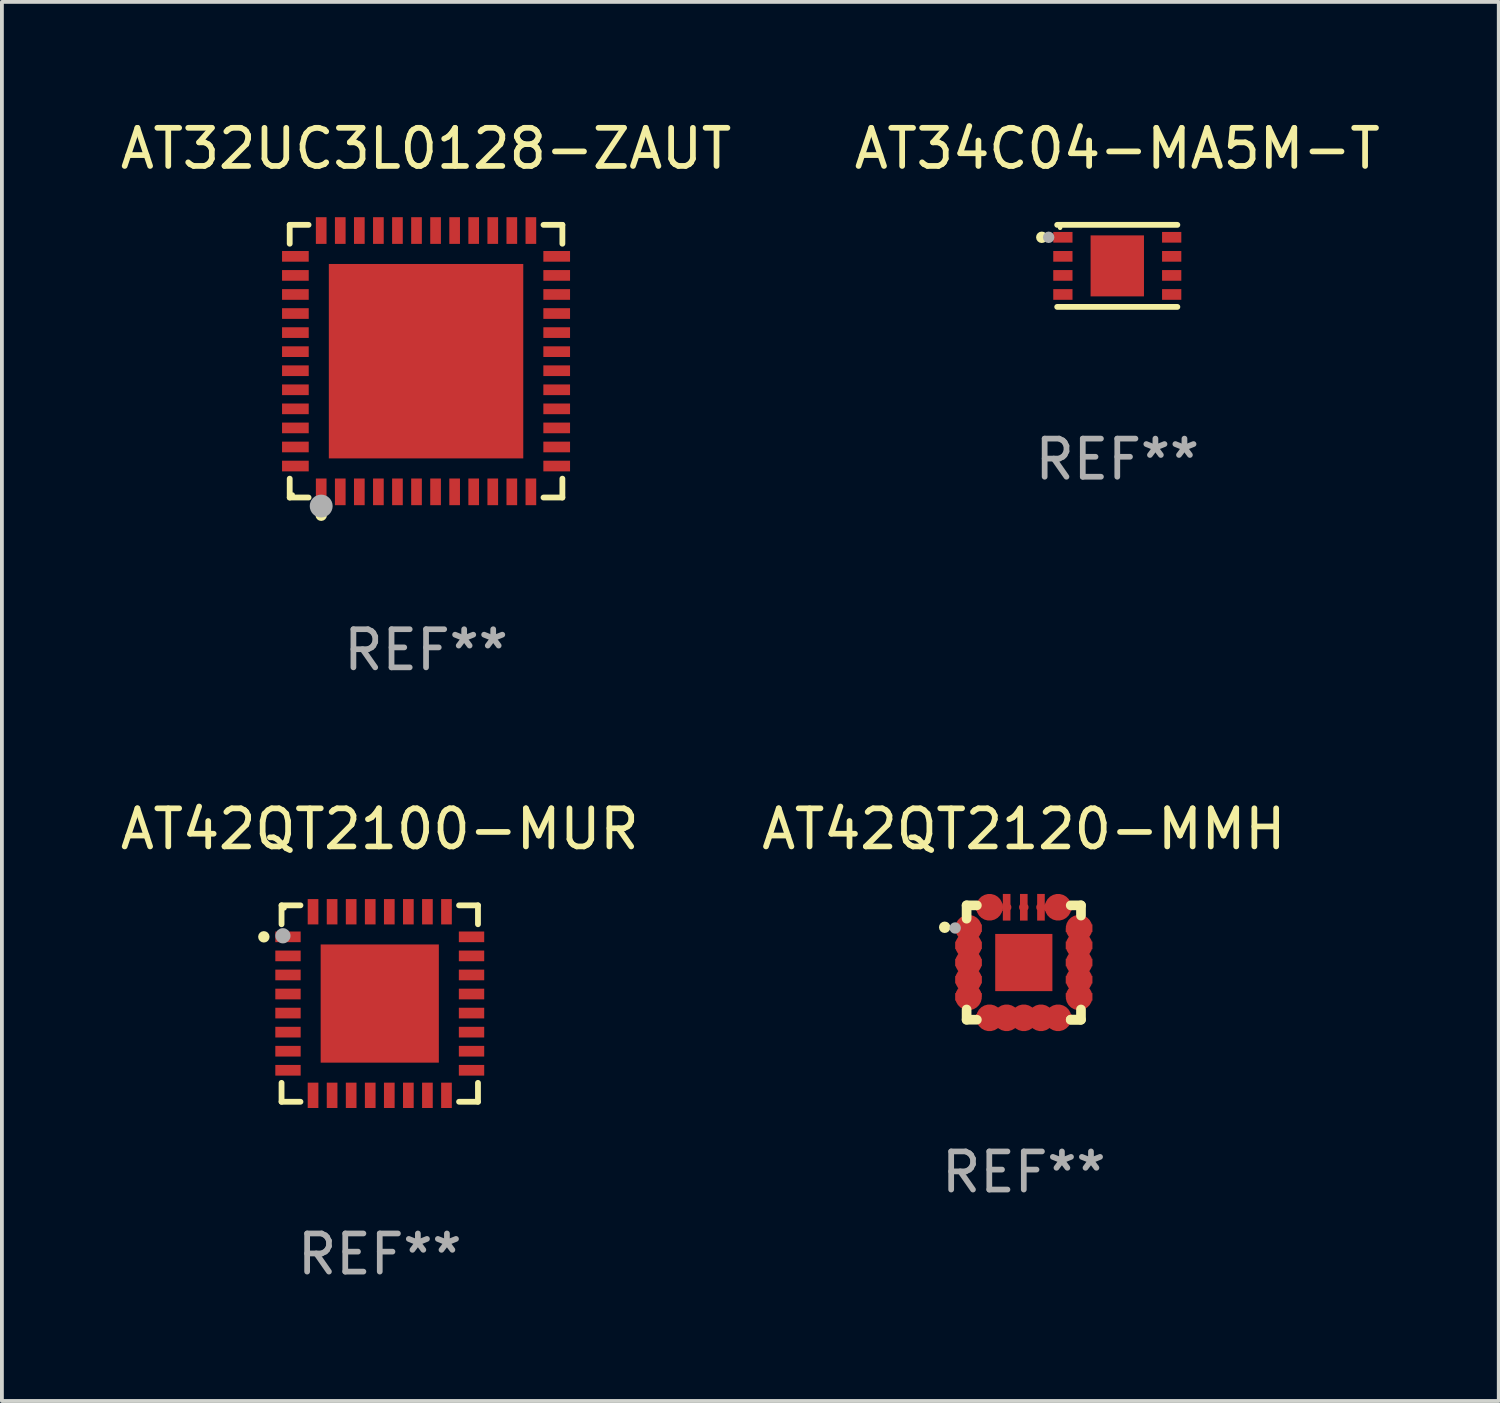
<source format=kicad_pcb>
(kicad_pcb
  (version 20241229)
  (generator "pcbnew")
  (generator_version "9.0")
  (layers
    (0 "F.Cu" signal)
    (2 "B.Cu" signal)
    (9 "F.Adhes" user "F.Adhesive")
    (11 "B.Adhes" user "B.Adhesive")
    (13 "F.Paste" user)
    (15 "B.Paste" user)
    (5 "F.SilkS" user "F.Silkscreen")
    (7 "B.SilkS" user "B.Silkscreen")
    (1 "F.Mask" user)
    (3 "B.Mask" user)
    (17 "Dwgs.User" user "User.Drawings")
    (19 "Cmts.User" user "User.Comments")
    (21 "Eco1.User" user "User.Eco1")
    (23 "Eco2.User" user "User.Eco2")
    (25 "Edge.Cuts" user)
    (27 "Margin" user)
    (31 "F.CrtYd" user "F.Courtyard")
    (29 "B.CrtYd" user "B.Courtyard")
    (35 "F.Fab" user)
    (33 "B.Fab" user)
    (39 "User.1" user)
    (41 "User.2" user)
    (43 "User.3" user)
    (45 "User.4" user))
  (footprint "AT42QT2120-MMH"
    (layer "F.Cu")
    (at 23.804 22.197)
    (property "Reference" "AT42QT2120-MMH" (at 0 -3.5 0) (layer "F.SilkS") (effects (font (size 1 1) (thickness 0.15))))
    (attr through_hole)
    (fp_line (start -1.5 -1.5) (end -1.5 -1.15) (stroke (width 0.254) (type solid)) (layer "F.SilkS"))
    (fp_line (start -1.5 -1.5) (end -1.231 -1.5) (stroke (width 0.254) (type solid)) (layer "F.SilkS"))
    (fp_line (start -1.5 1.5) (end -1.5 1.231) (stroke (width 0.254) (type solid)) (layer "F.SilkS"))
    (fp_line (start -1.5 1.5) (end -1.231 1.5) (stroke (width 0.254) (type solid)) (layer "F.SilkS"))
    (fp_line (start 1.231 1.5) (end 1.475 1.5) (stroke (width 0.254) (type solid)) (layer "F.SilkS"))
    (fp_line (start 1.231 -1.5) (end 1.5 -1.5) (stroke (width 0.254) (type solid)) (layer "F.SilkS"))
    (fp_line (start 1.5 -1.5) (end 1.5 -1.231) (stroke (width 0.254) (type solid)) (layer "F.SilkS"))
    (fp_line (start 1.5 1.5) (end 1.231 1.5) (stroke (width 0.254) (type solid)) (layer "F.SilkS"))
    (fp_line (start 1.5 1.5) (end 1.5 1.231) (stroke (width 0.254) (type solid)) (layer "F.SilkS"))
    (fp_circle (center -2.075 -0.925) (end -2 -0.925) (stroke (width 0.15) (type solid)) (fill no) (layer "F.SilkS"))
    (fp_circle (center -1.5 -1.506) (end -1.47 -1.506) (stroke (width 0.06) (type solid)) (fill no) (layer "F.SilkS"))
    (fp_circle (center -1.8 -0.906) (end -1.725 -0.906) (stroke (width 0.15) (type solid)) (fill no) (layer "F.Fab"))
    (fp_text user "REF**" (at 0 5.5 0) (layer "F.Fab") (effects (font (size 1 1) (thickness 0.15))))
    (pad "1" smd custom (at -1.45 -0.9 180) (size 0.7 0.2) (layers "F.Cu" "F.Mask" "F.Paste") (options (anchor circle)) (primitives (gr_poly (pts (xy 0.35 0.1) (xy -0.35 0.1) (xy -0.35 -0.1) (xy 0.2 -0.1) (xy 0.25 -0.1) (xy 0.35 0)) (width 0) (fill yes))))
    (pad "2" smd custom (at -1.45 -0.45) (size 0.7 0.25) (layers "F.Cu" "F.Mask" "F.Paste") (options (anchor circle)) (primitives (gr_poly (pts (xy 0.25 0.1) (xy 0.35 0.1) (xy 0.35 -0.1) (xy -0.35 -0.1) (xy -0.35 0.1)) (width 0) (fill yes))))
    (pad "3" smd custom (at -1.45 0.000064) (size 0.7 0.25) (layers "F.Cu" "F.Mask" "F.Paste") (options (anchor circle)) (primitives (gr_poly (pts (xy 0.25 0.1) (xy 0.35 0.1) (xy 0.35 -0.1) (xy -0.35 -0.1) (xy -0.35 0.1)) (width 0) (fill yes))))
    (pad "4" smd custom (at -1.45 0.45) (size 0.7 0.25) (layers "F.Cu" "F.Mask" "F.Paste") (options (anchor circle)) (primitives (gr_poly (pts (xy 0.25 0.1) (xy 0.35 0.1) (xy 0.35 -0.1) (xy -0.35 -0.1) (xy -0.35 0.1)) (width 0) (fill yes))))
    (pad "5" smd custom (at -1.45 0.9) (size 0.7 0.2) (layers "F.Cu" "F.Mask" "F.Paste") (options (anchor circle)) (primitives (gr_poly (pts (xy 0.35 -0.1) (xy -0.35 -0.1) (xy -0.35 0.1) (xy 0.2 0.1) (xy 0.25 0.1) (xy 0.35 0)) (width 0) (fill yes))))
    (pad "6" smd custom (at -0.9 1.45 270) (size 0.7 0.2) (layers "F.Cu" "F.Mask" "F.Paste") (options (anchor circle)) (primitives (gr_poly (pts (xy 0.1 -0.35) (xy 0.1 0.35) (xy -0.1 0.35) (xy -0.1 -0.2) (xy -0.1 -0.25) (xy -0.000127 -0.35)) (width 0) (fill yes))))
    (pad "7" smd custom (at -0.45 1.45 270) (size 0.7 0.25) (layers "F.Cu" "F.Mask" "F.Paste") (options (anchor circle)) (primitives (gr_poly (pts (xy -0.1 0.25) (xy -0.1 0.35) (xy 0.1 0.35) (xy 0.1 -0.35) (xy -0.1 -0.35)) (width 0) (fill yes))))
    (pad "8" smd custom (at 0 1.45 270) (size 0.7 0.25) (layers "F.Cu" "F.Mask" "F.Paste") (options (anchor circle)) (primitives (gr_poly (pts (xy -0.1 0.25) (xy -0.1 0.35) (xy 0.1 0.35) (xy 0.1 -0.35) (xy -0.1 -0.35)) (width 0) (fill yes))))
    (pad "9" smd custom (at 0.45 1.45 90) (size 0.7 0.25) (layers "F.Cu" "F.Mask" "F.Paste") (options (anchor circle)) (primitives (gr_poly (pts (xy 0.1 0.25) (xy 0.1 0.35) (xy -0.1 0.35) (xy -0.1 -0.35) (xy 0.1 -0.35)) (width 0) (fill yes))))
    (pad "10" smd custom (at 0.9 1.45 270) (size 0.7 0.2) (layers "F.Cu" "F.Mask" "F.Paste") (options (anchor circle)) (primitives (gr_poly (pts (xy -0.1 -0.35) (xy -0.1 0.35) (xy 0.1 0.35) (xy 0.1 -0.2) (xy 0.1 -0.25) (xy 0.000127 -0.35)) (width 0) (fill yes))))
    (pad "11" smd custom (at 1.45 0.9) (size 0.7 0.2) (layers "F.Cu" "F.Mask" "F.Paste") (options (anchor circle)) (primitives (gr_poly (pts (xy -0.35 -0.1) (xy 0.35 -0.1) (xy 0.35 0.1) (xy -0.2 0.1) (xy -0.25 0.1) (xy -0.35 0)) (width 0) (fill yes))))
    (pad "12" smd custom (at 1.45 0.45) (size 0.7 0.25) (layers "F.Cu" "F.Mask" "F.Paste") (options (anchor circle)) (primitives (gr_poly (pts (xy -0.25 0.1) (xy -0.35 0.1) (xy -0.35 -0.1) (xy 0.35 -0.1) (xy 0.35 0.1)) (width 0) (fill yes))))
    (pad "13" smd custom (at 1.45 0.000013) (size 0.7 0.25) (layers "F.Cu" "F.Mask" "F.Paste") (options (anchor circle)) (primitives (gr_poly (pts (xy -0.25 0.1) (xy -0.35 0.1) (xy -0.35 -0.1) (xy 0.35 -0.1) (xy 0.35 0.1)) (width 0) (fill yes))))
    (pad "14" smd custom (at 1.45 -0.45) (size 0.7 0.25) (layers "F.Cu" "F.Mask" "F.Paste") (options (anchor circle)) (primitives (gr_poly (pts (xy -0.25 0.1) (xy -0.35 0.1) (xy -0.35 -0.1) (xy 0.35 -0.1) (xy 0.35 0.1)) (width 0) (fill yes))))
    (pad "15" smd custom (at 1.45 -0.9) (size 0.7 0.2) (layers "F.Cu" "F.Mask" "F.Paste") (options (anchor circle)) (primitives (gr_poly (pts (xy -0.35 0.1) (xy 0.35 0.1) (xy 0.35 -0.1) (xy -0.2 -0.1) (xy -0.25 -0.1) (xy -0.35 0)) (width 0) (fill yes))))
    (pad "16" smd custom (at 0.9 -1.45 90) (size 0.7 0.2) (layers "F.Cu" "F.Mask" "F.Paste") (options (anchor circle)) (primitives (gr_poly (pts (xy -0.1 0.35) (xy -0.1 -0.35) (xy 0.1 -0.35) (xy 0.1 0.2) (xy 0.1 0.25) (xy 0.000076 0.35)) (width 0) (fill yes))))
    (pad "17" smd custom (at 0.45 -1.45) (size 0.25 0.7) (layers "F.Cu" "F.Mask" "F.Paste") (options (anchor circle)) (primitives (gr_poly (pts (xy 0.1 0.25) (xy 0.1 0.35) (xy -0.1 0.35) (xy -0.1 -0.35) (xy 0.1 -0.35)) (width 0) (fill yes))))
    (pad "18" smd custom (at 0 -1.45) (size 0.25 0.7) (layers "F.Cu" "F.Mask" "F.Paste") (options (anchor circle)) (primitives (gr_poly (pts (xy 0.1 0.25) (xy 0.1 0.35) (xy -0.1 0.35) (xy -0.1 -0.35) (xy 0.1 -0.35)) (width 0) (fill yes))))
    (pad "19" smd custom (at -0.45 -1.45 180) (size 0.25 0.7) (layers "F.Cu" "F.Mask" "F.Paste") (options (anchor circle)) (primitives (gr_poly (pts (xy -0.1 0.25) (xy -0.1 0.35) (xy 0.1 0.35) (xy 0.1 -0.35) (xy -0.1 -0.35)) (width 0) (fill yes))))
    (pad "21" smd rect (at 0 0.000013) (size 1.5 1.5) (layers "F.Cu" "F.Mask" "F.Paste"))
    (pad "25" smd custom (at -0.9 -1.45 270) (size 0.7 0.2) (layers "F.Cu" "F.Mask" "F.Paste") (options (anchor circle)) (primitives (gr_poly (pts (xy 0.1 0.35) (xy 0.1 -0.35) (xy -0.1 -0.35) (xy -0.1 0.2) (xy -0.1 0.25) (xy -0.000102 0.35)) (width 0) (fill yes)))))
  (footprint "AT32UC3L0128-ZAUT"
    (layer "F.Cu")
    (at 8.125 6.424)
    (property "Reference" "AT32UC3L0128-ZAUT" (at 0 -5.576 0) (layer "F.SilkS") (effects (font (size 1 1) (thickness 0.15))))
    (attr through_hole)
    (fp_line (start -3.576 -3.576) (end -3.081 -3.576) (stroke (width 0.152) (type solid)) (layer "F.SilkS"))
    (fp_line (start -3.576 -3.081) (end -3.576 -3.576) (stroke (width 0.152) (type solid)) (layer "F.SilkS"))
    (fp_line (start -3.576 3.081) (end -3.576 3.576) (stroke (width 0.152) (type solid)) (layer "F.SilkS"))
    (fp_line (start -3.576 3.576) (end -3.081 3.576) (stroke (width 0.152) (type solid)) (layer "F.SilkS"))
    (fp_line (start 3.576 -3.576) (end 3.081 -3.576) (stroke (width 0.152) (type solid)) (layer "F.SilkS"))
    (fp_line (start 3.576 -3.081) (end 3.576 -3.576) (stroke (width 0.152) (type solid)) (layer "F.SilkS"))
    (fp_line (start 3.576 3.081) (end 3.576 3.576) (stroke (width 0.152) (type solid)) (layer "F.SilkS"))
    (fp_line (start 3.576 3.576) (end 3.081 3.576) (stroke (width 0.152) (type solid)) (layer "F.SilkS"))
    (fp_circle (center -3.5 3.5) (end -3.47 3.5) (stroke (width 0.06) (type solid)) (fill no) (layer "F.SilkS"))
    (fp_circle (center -2.75 4.04) (end -2.675 4.04) (stroke (width 0.15) (type solid)) (fill no) (layer "F.SilkS"))
    (fp_circle (center -2.75 3.8) (end -2.6 3.8) (stroke (width 0.3) (type solid)) (fill no) (layer "F.Fab"))
    (fp_text user "REF**" (at 0 7.576 0) (layer "F.Fab") (effects (font (size 1 1) (thickness 0.15))))
    (pad "1" smd rect (at -2.75 3.427) (size 0.28 0.7) (layers "F.Cu" "F.Mask" "F.Paste"))
    (pad "2" smd rect (at -2.25 3.427) (size 0.28 0.7) (layers "F.Cu" "F.Mask" "F.Paste"))
    (pad "3" smd rect (at -1.75 3.427) (size 0.28 0.7) (layers "F.Cu" "F.Mask" "F.Paste"))
    (pad "4" smd rect (at -1.25 3.427) (size 0.28 0.7) (layers "F.Cu" "F.Mask" "F.Paste"))
    (pad "5" smd rect (at -0.75 3.427) (size 0.28 0.7) (layers "F.Cu" "F.Mask" "F.Paste"))
    (pad "6" smd rect (at -0.25 3.427) (size 0.28 0.7) (layers "F.Cu" "F.Mask" "F.Paste"))
    (pad "7" smd rect (at 0.25 3.427) (size 0.28 0.7) (layers "F.Cu" "F.Mask" "F.Paste"))
    (pad "8" smd rect (at 0.75 3.427) (size 0.28 0.7) (layers "F.Cu" "F.Mask" "F.Paste"))
    (pad "9" smd rect (at 1.25 3.427) (size 0.28 0.7) (layers "F.Cu" "F.Mask" "F.Paste"))
    (pad "10" smd rect (at 1.75 3.427) (size 0.28 0.7) (layers "F.Cu" "F.Mask" "F.Paste"))
    (pad "11" smd rect (at 2.25 3.427) (size 0.28 0.7) (layers "F.Cu" "F.Mask" "F.Paste"))
    (pad "12" smd rect (at 2.75 3.427) (size 0.28 0.7) (layers "F.Cu" "F.Mask" "F.Paste"))
    (pad "13" smd rect (at 3.427 2.75) (size 0.7 0.28) (layers "F.Cu" "F.Mask" "F.Paste"))
    (pad "14" smd rect (at 3.427 2.25) (size 0.7 0.28) (layers "F.Cu" "F.Mask" "F.Paste"))
    (pad "15" smd rect (at 3.427 1.75) (size 0.7 0.28) (layers "F.Cu" "F.Mask" "F.Paste"))
    (pad "16" smd rect (at 3.427 1.25) (size 0.7 0.28) (layers "F.Cu" "F.Mask" "F.Paste"))
    (pad "17" smd rect (at 3.427 0.75) (size 0.7 0.28) (layers "F.Cu" "F.Mask" "F.Paste"))
    (pad "18" smd rect (at 3.427 0.25) (size 0.7 0.28) (layers "F.Cu" "F.Mask" "F.Paste"))
    (pad "19" smd rect (at 3.427 -0.25) (size 0.7 0.28) (layers "F.Cu" "F.Mask" "F.Paste"))
    (pad "20" smd rect (at 3.427 -0.75) (size 0.7 0.28) (layers "F.Cu" "F.Mask" "F.Paste"))
    (pad "21" smd rect (at 3.427 -1.25) (size 0.7 0.28) (layers "F.Cu" "F.Mask" "F.Paste"))
    (pad "22" smd rect (at 3.427 -1.75) (size 0.7 0.28) (layers "F.Cu" "F.Mask" "F.Paste"))
    (pad "23" smd rect (at 3.427 -2.25) (size 0.7 0.28) (layers "F.Cu" "F.Mask" "F.Paste"))
    (pad "24" smd rect (at 3.427 -2.75) (size 0.7 0.28) (layers "F.Cu" "F.Mask" "F.Paste"))
    (pad "25" smd rect (at 2.75 -3.427) (size 0.28 0.7) (layers "F.Cu" "F.Mask" "F.Paste"))
    (pad "26" smd rect (at 2.25 -3.427) (size 0.28 0.7) (layers "F.Cu" "F.Mask" "F.Paste"))
    (pad "27" smd rect (at 1.75 -3.427) (size 0.28 0.7) (layers "F.Cu" "F.Mask" "F.Paste"))
    (pad "28" smd rect (at 1.25 -3.427) (size 0.28 0.7) (layers "F.Cu" "F.Mask" "F.Paste"))
    (pad "29" smd rect (at 0.75 -3.427) (size 0.28 0.7) (layers "F.Cu" "F.Mask" "F.Paste"))
    (pad "30" smd rect (at 0.25 -3.427) (size 0.28 0.7) (layers "F.Cu" "F.Mask" "F.Paste"))
    (pad "31" smd rect (at -0.25 -3.427) (size 0.28 0.7) (layers "F.Cu" "F.Mask" "F.Paste"))
    (pad "32" smd rect (at -0.75 -3.427) (size 0.28 0.7) (layers "F.Cu" "F.Mask" "F.Paste"))
    (pad "33" smd rect (at -1.25 -3.427) (size 0.28 0.7) (layers "F.Cu" "F.Mask" "F.Paste"))
    (pad "34" smd rect (at -1.75 -3.427) (size 0.28 0.7) (layers "F.Cu" "F.Mask" "F.Paste"))
    (pad "35" smd rect (at -2.25 -3.427) (size 0.28 0.7) (layers "F.Cu" "F.Mask" "F.Paste"))
    (pad "36" smd rect (at -2.75 -3.427) (size 0.28 0.7) (layers "F.Cu" "F.Mask" "F.Paste"))
    (pad "37" smd rect (at -3.427 -2.75) (size 0.7 0.28) (layers "F.Cu" "F.Mask" "F.Paste"))
    (pad "38" smd rect (at -3.427 -2.25) (size 0.7 0.28) (layers "F.Cu" "F.Mask" "F.Paste"))
    (pad "39" smd rect (at -3.427 -1.75) (size 0.7 0.28) (layers "F.Cu" "F.Mask" "F.Paste"))
    (pad "40" smd rect (at -3.427 -1.25) (size 0.7 0.28) (layers "F.Cu" "F.Mask" "F.Paste"))
    (pad "41" smd rect (at -3.427 -0.75) (size 0.7 0.28) (layers "F.Cu" "F.Mask" "F.Paste"))
    (pad "42" smd rect (at -3.427 -0.25) (size 0.7 0.28) (layers "F.Cu" "F.Mask" "F.Paste"))
    (pad "43" smd rect (at -3.427 0.25) (size 0.7 0.28) (layers "F.Cu" "F.Mask" "F.Paste"))
    (pad "44" smd rect (at -3.427 0.75) (size 0.7 0.28) (layers "F.Cu" "F.Mask" "F.Paste"))
    (pad "45" smd rect (at -3.427 1.25) (size 0.7 0.28) (layers "F.Cu" "F.Mask" "F.Paste"))
    (pad "46" smd rect (at -3.427 1.75) (size 0.7 0.28) (layers "F.Cu" "F.Mask" "F.Paste"))
    (pad "47" smd rect (at -3.427 2.25) (size 0.7 0.28) (layers "F.Cu" "F.Mask" "F.Paste"))
    (pad "48" smd rect (at -3.427 2.75) (size 0.7 0.28) (layers "F.Cu" "F.Mask" "F.Paste"))
    (pad "49" smd rect (at 0 0) (size 5.1 5.1) (layers "F.Cu" "F.Mask" "F.Paste")))
  (footprint "AT42QT2100-MUR"
    (layer "F.Cu")
    (at 6.911 23.273)
    (property "Reference" "AT42QT2100-MUR" (at 0 -4.576 0) (layer "F.SilkS") (effects (font (size 1 1) (thickness 0.15))))
    (attr through_hole)
    (fp_line (start -2.576 -2.576) (end -2.576 -2.08) (stroke (width 0.152) (type solid)) (layer "F.SilkS"))
    (fp_line (start -2.576 2.576) (end -2.576 2.08) (stroke (width 0.152) (type solid)) (layer "F.SilkS"))
    (fp_line (start -2.08 -2.576) (end -2.576 -2.576) (stroke (width 0.152) (type solid)) (layer "F.SilkS"))
    (fp_line (start -2.08 2.576) (end -2.576 2.576) (stroke (width 0.152) (type solid)) (layer "F.SilkS"))
    (fp_line (start 2.08 -2.576) (end 2.576 -2.576) (stroke (width 0.152) (type solid)) (layer "F.SilkS"))
    (fp_line (start 2.08 2.576) (end 2.576 2.576) (stroke (width 0.152) (type solid)) (layer "F.SilkS"))
    (fp_line (start 2.576 -2.576) (end 2.576 -2.08) (stroke (width 0.152) (type solid)) (layer "F.SilkS"))
    (fp_line (start 2.576 2.576) (end 2.576 2.08) (stroke (width 0.152) (type solid)) (layer "F.SilkS"))
    (fp_circle (center -3.04 -1.75) (end -2.965 -1.75) (stroke (width 0.15) (type solid)) (fill no) (layer "F.SilkS"))
    (fp_circle (center -2.5 -2.5) (end -2.47 -2.5) (stroke (width 0.06) (type solid)) (fill no) (layer "F.SilkS"))
    (fp_circle (center -2.54 -1.778) (end -2.44 -1.778) (stroke (width 0.2) (type solid)) (fill no) (layer "F.Fab"))
    (fp_text user "REF**" (at 0 6.576 0) (layer "F.Fab") (effects (font (size 1 1) (thickness 0.15))))
    (pad "1" smd rect (at -2.407 -1.75) (size 0.665 0.28) (layers "F.Cu" "F.Mask" "F.Paste"))
    (pad "2" smd rect (at -2.407 -1.25) (size 0.665 0.28) (layers "F.Cu" "F.Mask" "F.Paste"))
    (pad "3" smd rect (at -2.407 -0.75) (size 0.665 0.28) (layers "F.Cu" "F.Mask" "F.Paste"))
    (pad "4" smd rect (at -2.407 -0.25) (size 0.665 0.28) (layers "F.Cu" "F.Mask" "F.Paste"))
    (pad "5" smd rect (at -2.407 0.25) (size 0.665 0.28) (layers "F.Cu" "F.Mask" "F.Paste"))
    (pad "6" smd rect (at -2.407 0.75) (size 0.665 0.28) (layers "F.Cu" "F.Mask" "F.Paste"))
    (pad "7" smd rect (at -2.407 1.25) (size 0.665 0.28) (layers "F.Cu" "F.Mask" "F.Paste"))
    (pad "8" smd rect (at -2.407 1.75) (size 0.665 0.28) (layers "F.Cu" "F.Mask" "F.Paste"))
    (pad "9" smd rect (at -1.75 2.407) (size 0.28 0.665) (layers "F.Cu" "F.Mask" "F.Paste"))
    (pad "10" smd rect (at -1.25 2.407) (size 0.28 0.665) (layers "F.Cu" "F.Mask" "F.Paste"))
    (pad "11" smd rect (at -0.75 2.407) (size 0.28 0.665) (layers "F.Cu" "F.Mask" "F.Paste"))
    (pad "12" smd rect (at -0.25 2.407) (size 0.28 0.665) (layers "F.Cu" "F.Mask" "F.Paste"))
    (pad "13" smd rect (at 0.25 2.407) (size 0.28 0.665) (layers "F.Cu" "F.Mask" "F.Paste"))
    (pad "14" smd rect (at 0.75 2.407) (size 0.28 0.665) (layers "F.Cu" "F.Mask" "F.Paste"))
    (pad "15" smd rect (at 1.25 2.407) (size 0.28 0.665) (layers "F.Cu" "F.Mask" "F.Paste"))
    (pad "16" smd rect (at 1.75 2.407) (size 0.28 0.665) (layers "F.Cu" "F.Mask" "F.Paste"))
    (pad "17" smd rect (at 2.407 1.75) (size 0.665 0.28) (layers "F.Cu" "F.Mask" "F.Paste"))
    (pad "18" smd rect (at 2.407 1.25) (size 0.665 0.28) (layers "F.Cu" "F.Mask" "F.Paste"))
    (pad "19" smd rect (at 2.407 0.75) (size 0.665 0.28) (layers "F.Cu" "F.Mask" "F.Paste"))
    (pad "20" smd rect (at 2.407 0.25) (size 0.665 0.28) (layers "F.Cu" "F.Mask" "F.Paste"))
    (pad "21" smd rect (at 2.407 -0.25) (size 0.665 0.28) (layers "F.Cu" "F.Mask" "F.Paste"))
    (pad "22" smd rect (at 2.407 -0.75) (size 0.665 0.28) (layers "F.Cu" "F.Mask" "F.Paste"))
    (pad "23" smd rect (at 2.407 -1.25) (size 0.665 0.28) (layers "F.Cu" "F.Mask" "F.Paste"))
    (pad "24" smd rect (at 2.407 -1.75) (size 0.665 0.28) (layers "F.Cu" "F.Mask" "F.Paste"))
    (pad "25" smd rect (at 1.75 -2.408) (size 0.28 0.665) (layers "F.Cu" "F.Mask" "F.Paste"))
    (pad "26" smd rect (at 1.25 -2.408) (size 0.28 0.665) (layers "F.Cu" "F.Mask" "F.Paste"))
    (pad "27" smd rect (at 0.75 -2.408) (size 0.28 0.665) (layers "F.Cu" "F.Mask" "F.Paste"))
    (pad "28" smd rect (at 0.25 -2.408) (size 0.28 0.665) (layers "F.Cu" "F.Mask" "F.Paste"))
    (pad "29" smd rect (at -0.25 -2.408) (size 0.28 0.665) (layers "F.Cu" "F.Mask" "F.Paste"))
    (pad "30" smd rect (at -0.75 -2.408) (size 0.28 0.665) (layers "F.Cu" "F.Mask" "F.Paste"))
    (pad "31" smd rect (at -1.25 -2.408) (size 0.28 0.665) (layers "F.Cu" "F.Mask" "F.Paste"))
    (pad "32" smd rect (at -1.75 -2.408) (size 0.28 0.665) (layers "F.Cu" "F.Mask" "F.Paste"))
    (pad "33" smd rect (at -0.000076 -0.000102) (size 3.1 3.1) (layers "F.Cu" "F.Mask" "F.Paste")))
  (footprint "AT34C04-MA5M-T"
    (layer "F.Cu")
    (at 26.256 3.924)
    (property "Reference" "AT34C04-MA5M-T" (at 0 -3.076 0) (layer "F.SilkS") (effects (font (size 1 1) (thickness 0.15))))
    (attr through_hole)
    (fp_line (start -1.576 -1.076) (end 1.576 -1.076) (stroke (width 0.152) (type solid)) (layer "F.SilkS"))
    (fp_line (start -1.576 1.076) (end 1.576 1.076) (stroke (width 0.152) (type solid)) (layer "F.SilkS"))
    (fp_circle (center -1.98 -0.75) (end -1.905 -0.75) (stroke (width 0.15) (type solid)) (fill no) (layer "F.SilkS"))
    (fp_circle (center -1.5 -1) (end -1.47 -1) (stroke (width 0.06) (type solid)) (fill no) (layer "F.SilkS"))
    (fp_circle (center -1.8 -0.75) (end -1.725 -0.75) (stroke (width 0.15) (type solid)) (fill no) (layer "F.Fab"))
    (fp_text user "REF**" (at 0 5.076 0) (layer "F.Fab") (effects (font (size 1 1) (thickness 0.15))))
    (pad "1" smd rect (at -1.427 -0.75) (size 0.505 0.28) (layers "F.Cu" "F.Mask" "F.Paste"))
    (pad "2" smd rect (at -1.427 -0.25) (size 0.505 0.28) (layers "F.Cu" "F.Mask" "F.Paste"))
    (pad "3" smd rect (at -1.427 0.25) (size 0.505 0.28) (layers "F.Cu" "F.Mask" "F.Paste"))
    (pad "4" smd rect (at -1.427 0.75) (size 0.505 0.28) (layers "F.Cu" "F.Mask" "F.Paste"))
    (pad "5" smd rect (at 1.427 0.75) (size 0.505 0.28) (layers "F.Cu" "F.Mask" "F.Paste"))
    (pad "6" smd rect (at 1.427 0.25) (size 0.505 0.28) (layers "F.Cu" "F.Mask" "F.Paste"))
    (pad "7" smd rect (at 1.427 -0.25) (size 0.505 0.28) (layers "F.Cu" "F.Mask" "F.Paste"))
    (pad "8" smd rect (at 1.427 -0.75) (size 0.505 0.28) (layers "F.Cu" "F.Mask" "F.Paste"))
    (pad "9" smd rect (at 0 0) (size 1.4 1.6) (layers "F.Cu" "F.Mask" "F.Paste")))
  (gr_rect
    (start -3 -3)
    (end 36.262 33.698)
    (stroke (width 0.1) (type default))
    (fill no)
    (layer "Edge.Cuts")))
</source>
